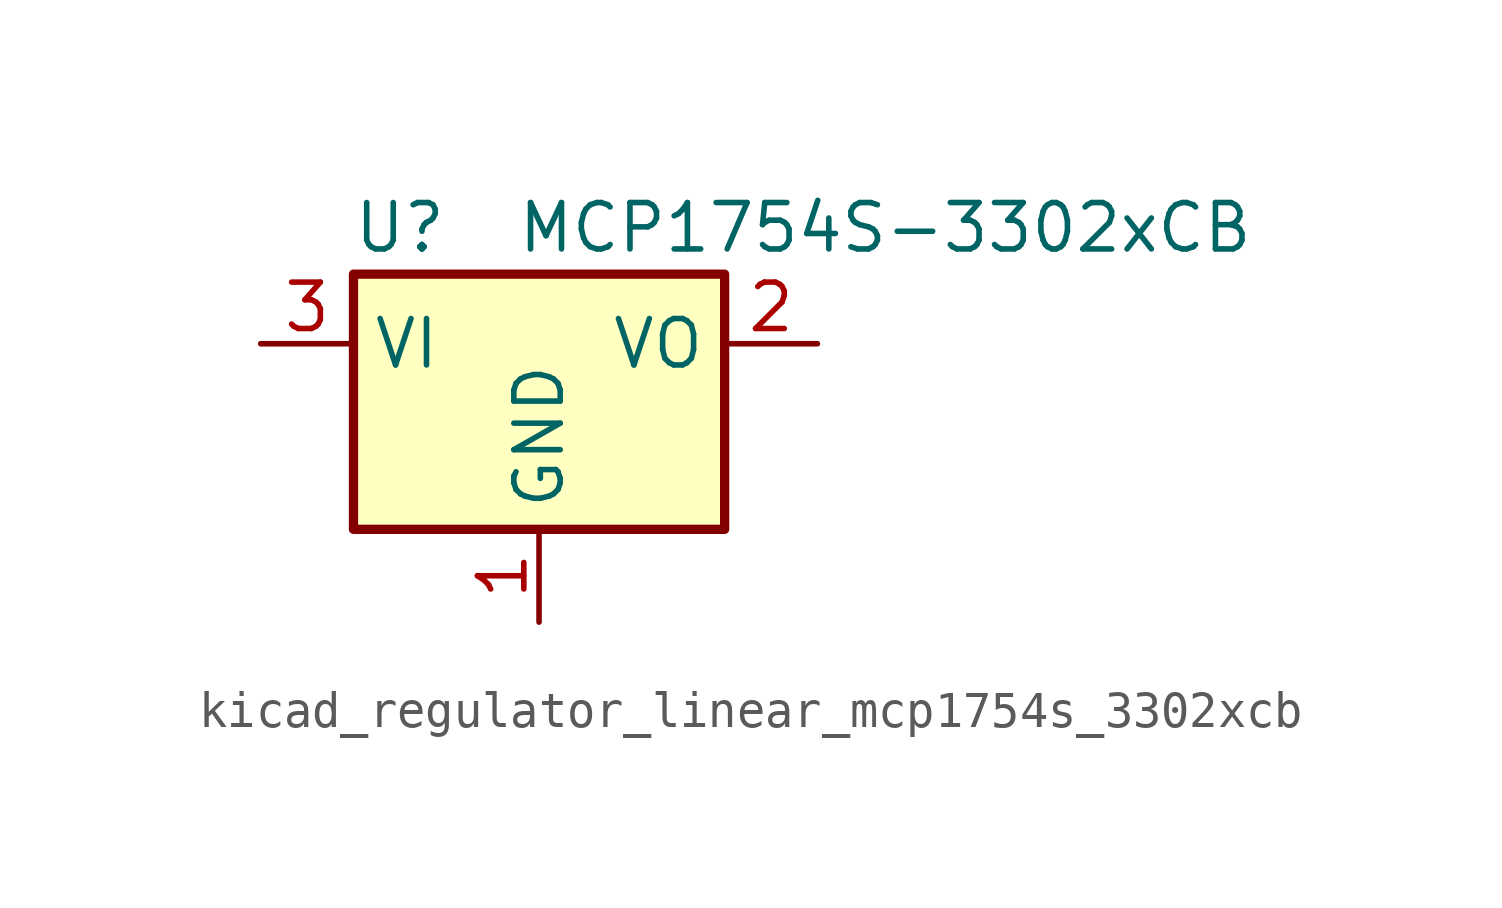
<source format=kicad_sym>
(kicad_symbol_lib
  (version 20220914)
  (generator kicad_symbol_editor)
  (symbol "kicad_regulator_linear_mcp1754s_3302xcb"
    (property "Reference" "U"
      (at -3.81 3.175 0)
      (effects (font (size 1.27 1.27))))
    (property "Value" "MCP1754S-3302xCB"
      (at -0.635 3.175 0)
      (effects (font (size 1.27 1.27)) (justify left)))
    (symbol "kicad_regulator_linear_mcp1754s_3302xcb_0_1"
      (rectangle (start -5.08 -5.08) (end 5.08 1.905) (stroke (width 0.254) (type default)) (fill (type background))))
    (symbol "kicad_regulator_linear_mcp1754s_3302xcb_1_1"
      (pin power_in line (at 0 -7.62 90) (length 2.54) (name "GND" (effects (font (size 1.27 1.27)))) (number "1" (effects (font (size 1.27 1.27)))))
      (pin power_out line (at 7.62 0 180) (length 2.54) (name "VO" (effects (font (size 1.27 1.27)))) (number "2" (effects (font (size 1.27 1.27)))))
      (pin power_in line (at -7.62 0 0) (length 2.54) (name "VI" (effects (font (size 1.27 1.27)))) (number "3" (effects (font (size 1.27 1.27))))))))
</source>
